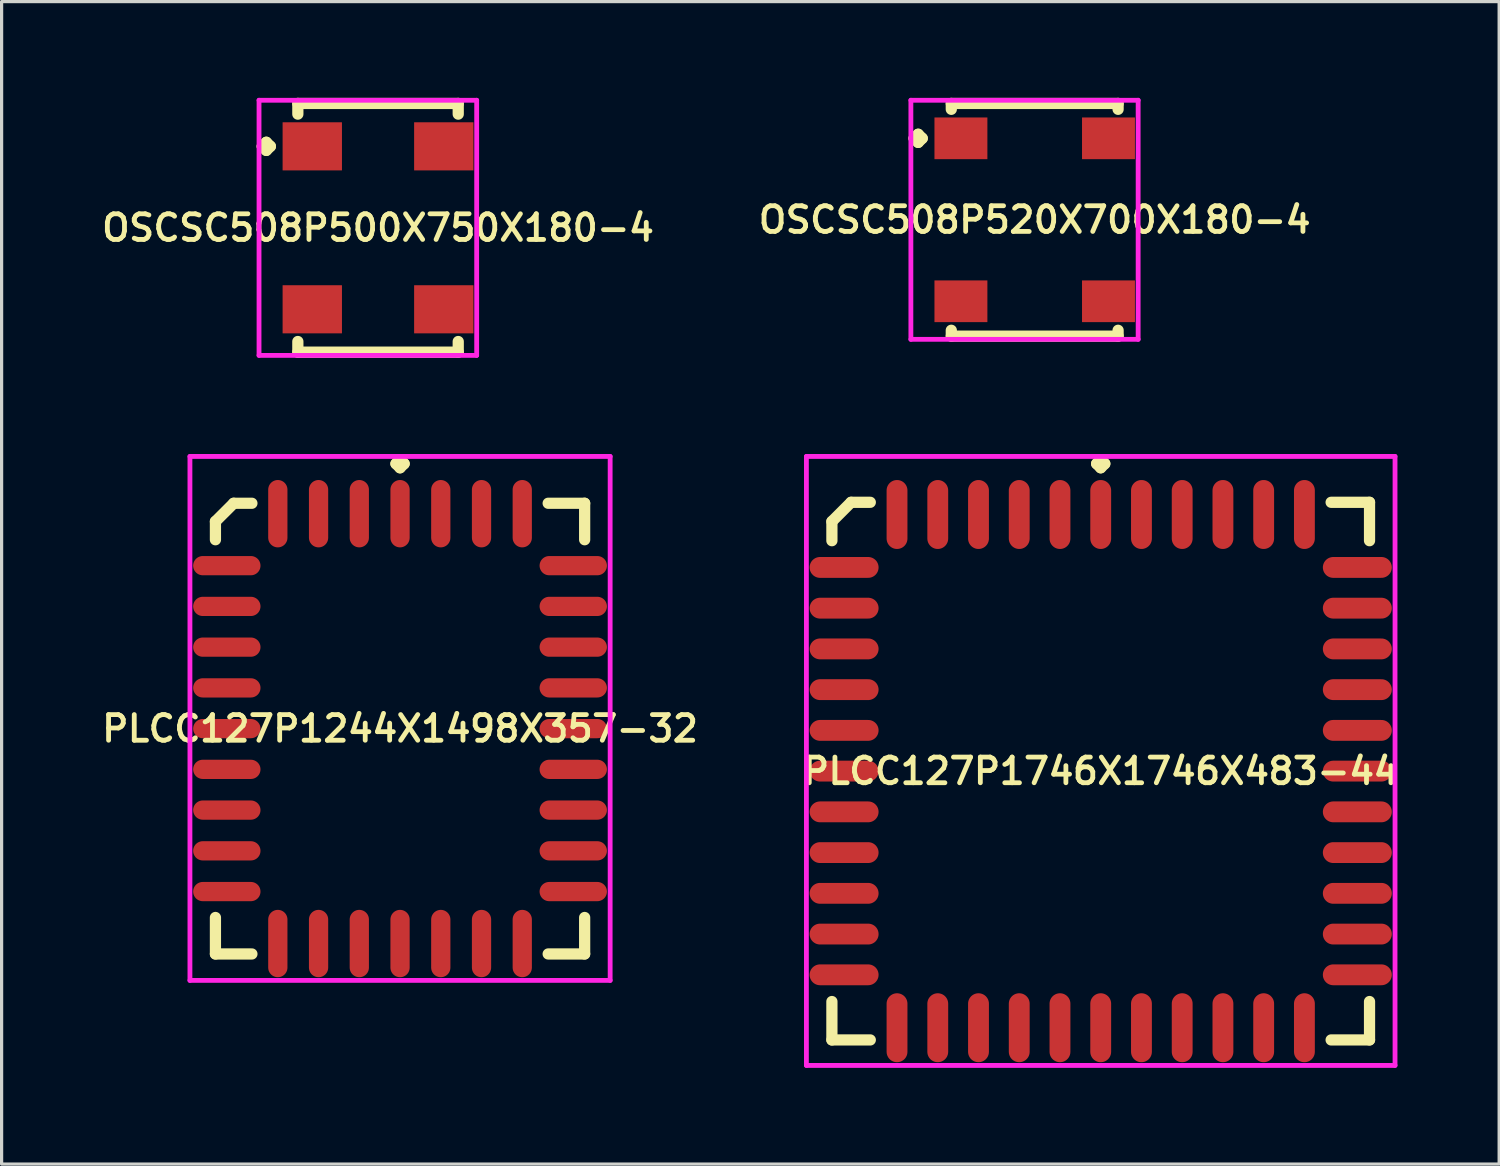
<source format=kicad_pcb>
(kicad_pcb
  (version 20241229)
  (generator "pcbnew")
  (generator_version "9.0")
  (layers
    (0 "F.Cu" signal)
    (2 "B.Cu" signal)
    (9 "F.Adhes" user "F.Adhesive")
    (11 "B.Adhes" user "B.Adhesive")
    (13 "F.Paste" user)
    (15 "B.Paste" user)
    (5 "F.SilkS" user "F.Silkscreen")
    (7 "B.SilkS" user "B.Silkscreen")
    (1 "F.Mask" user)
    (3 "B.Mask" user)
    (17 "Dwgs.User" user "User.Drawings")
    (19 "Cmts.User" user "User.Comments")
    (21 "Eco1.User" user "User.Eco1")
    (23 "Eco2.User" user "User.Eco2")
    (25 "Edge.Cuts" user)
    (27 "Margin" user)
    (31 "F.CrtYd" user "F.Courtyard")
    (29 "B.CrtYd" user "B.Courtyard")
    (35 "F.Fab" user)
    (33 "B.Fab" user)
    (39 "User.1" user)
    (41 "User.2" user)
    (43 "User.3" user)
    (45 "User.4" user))
  (footprint "PLCC127P1746X1746X483-44"
    (layer "F.Cu")
    (at 31.264 20.989)
    (property "Reference" "PLCC127P1746X1746X483-44" (at 0 0 0) (layer "F.SilkS") (effects (font (size 0.8 0.8) (thickness 0.15))))
    (attr smd)
    (fp_line (start -8.38 -7.782) (end -7.782 -8.38) (stroke (width 0.35) (type solid)) (layer "F.SilkS"))
    (fp_line (start -8.38 -7.183) (end -8.38 -7.782) (stroke (width 0.35) (type solid)) (layer "F.SilkS"))
    (fp_line (start -8.38 7.183) (end -8.38 8.38) (stroke (width 0.35) (type solid)) (layer "F.SilkS"))
    (fp_line (start -8.38 8.38) (end -7.183 8.38) (stroke (width 0.35) (type solid)) (layer "F.SilkS"))
    (fp_line (start -7.782 -8.38) (end -7.183 -8.38) (stroke (width 0.35) (type solid)) (layer "F.SilkS"))
    (fp_line (start -0.127 -9.583) (end 0 -9.71) (stroke (width 0.35) (type solid)) (layer "F.SilkS"))
    (fp_line (start 0 -9.71) (end 0.127 -9.583) (stroke (width 0.35) (type solid)) (layer "F.SilkS"))
    (fp_line (start 0 -9.456) (end -0.127 -9.583) (stroke (width 0.35) (type solid)) (layer "F.SilkS"))
    (fp_line (start 0.127 -9.583) (end 0 -9.456) (stroke (width 0.35) (type solid)) (layer "F.SilkS"))
    (fp_line (start 8.38 -8.38) (end 7.183 -8.38) (stroke (width 0.35) (type solid)) (layer "F.SilkS"))
    (fp_line (start 8.38 -7.183) (end 8.38 -8.38) (stroke (width 0.35) (type solid)) (layer "F.SilkS"))
    (fp_line (start 8.38 7.183) (end 8.38 8.38) (stroke (width 0.35) (type solid)) (layer "F.SilkS"))
    (fp_line (start 8.38 8.38) (end 7.183 8.38) (stroke (width 0.35) (type solid)) (layer "F.SilkS"))
    (fp_line (start -9.175 -9.81) (end 9.175 -9.81) (stroke (width 0.15) (type solid)) (layer "F.CrtYd"))
    (fp_line (start -9.175 9.175) (end -9.175 -9.81) (stroke (width 0.15) (type solid)) (layer "F.CrtYd"))
    (fp_line (start 9.175 -9.81) (end 9.175 9.175) (stroke (width 0.15) (type solid)) (layer "F.CrtYd"))
    (fp_line (start 9.175 9.175) (end -9.175 9.175) (stroke (width 0.15) (type solid)) (layer "F.CrtYd"))
    (pad "1" smd oval (at 0 -8) (size 0.65 2.15) (layers "F.Cu" "F.Mask" "F.Paste"))
    (pad "2" smd oval (at -1.27 -8) (size 0.65 2.15) (layers "F.Cu" "F.Mask" "F.Paste"))
    (pad "3" smd oval (at -2.54 -8) (size 0.65 2.15) (layers "F.Cu" "F.Mask" "F.Paste"))
    (pad "4" smd oval (at -3.81 -8) (size 0.65 2.15) (layers "F.Cu" "F.Mask" "F.Paste"))
    (pad "5" smd oval (at -5.08 -8) (size 0.65 2.15) (layers "F.Cu" "F.Mask" "F.Paste"))
    (pad "6" smd oval (at -6.35 -8) (size 0.65 2.15) (layers "F.Cu" "F.Mask" "F.Paste"))
    (pad "7" smd oval (at -8 -6.35) (size 2.15 0.65) (layers "F.Cu" "F.Mask" "F.Paste"))
    (pad "8" smd oval (at -8 -5.08) (size 2.15 0.65) (layers "F.Cu" "F.Mask" "F.Paste"))
    (pad "9" smd oval (at -8 -3.81) (size 2.15 0.65) (layers "F.Cu" "F.Mask" "F.Paste"))
    (pad "10" smd oval (at -8 -2.54) (size 2.15 0.65) (layers "F.Cu" "F.Mask" "F.Paste"))
    (pad "11" smd oval (at -8 -1.27) (size 2.15 0.65) (layers "F.Cu" "F.Mask" "F.Paste"))
    (pad "12" smd oval (at -8 0) (size 2.15 0.65) (layers "F.Cu" "F.Mask" "F.Paste"))
    (pad "13" smd oval (at -8 1.27) (size 2.15 0.65) (layers "F.Cu" "F.Mask" "F.Paste"))
    (pad "14" smd oval (at -8 2.54) (size 2.15 0.65) (layers "F.Cu" "F.Mask" "F.Paste"))
    (pad "15" smd oval (at -8 3.81) (size 2.15 0.65) (layers "F.Cu" "F.Mask" "F.Paste"))
    (pad "16" smd oval (at -8 5.08) (size 2.15 0.65) (layers "F.Cu" "F.Mask" "F.Paste"))
    (pad "17" smd oval (at -8 6.35) (size 2.15 0.65) (layers "F.Cu" "F.Mask" "F.Paste"))
    (pad "18" smd oval (at -6.35 8) (size 0.65 2.15) (layers "F.Cu" "F.Mask" "F.Paste"))
    (pad "19" smd oval (at -5.08 8) (size 0.65 2.15) (layers "F.Cu" "F.Mask" "F.Paste"))
    (pad "20" smd oval (at -3.81 8) (size 0.65 2.15) (layers "F.Cu" "F.Mask" "F.Paste"))
    (pad "21" smd oval (at -2.54 8) (size 0.65 2.15) (layers "F.Cu" "F.Mask" "F.Paste"))
    (pad "22" smd oval (at -1.27 8) (size 0.65 2.15) (layers "F.Cu" "F.Mask" "F.Paste"))
    (pad "23" smd oval (at 0 8) (size 0.65 2.15) (layers "F.Cu" "F.Mask" "F.Paste"))
    (pad "24" smd oval (at 1.27 8) (size 0.65 2.15) (layers "F.Cu" "F.Mask" "F.Paste"))
    (pad "25" smd oval (at 2.54 8) (size 0.65 2.15) (layers "F.Cu" "F.Mask" "F.Paste"))
    (pad "26" smd oval (at 3.81 8) (size 0.65 2.15) (layers "F.Cu" "F.Mask" "F.Paste"))
    (pad "27" smd oval (at 5.08 8) (size 0.65 2.15) (layers "F.Cu" "F.Mask" "F.Paste"))
    (pad "28" smd oval (at 6.35 8) (size 0.65 2.15) (layers "F.Cu" "F.Mask" "F.Paste"))
    (pad "29" smd oval (at 8 6.35) (size 2.15 0.65) (layers "F.Cu" "F.Mask" "F.Paste"))
    (pad "30" smd oval (at 8 5.08) (size 2.15 0.65) (layers "F.Cu" "F.Mask" "F.Paste"))
    (pad "31" smd oval (at 8 3.81) (size 2.15 0.65) (layers "F.Cu" "F.Mask" "F.Paste"))
    (pad "32" smd oval (at 8 2.54) (size 2.15 0.65) (layers "F.Cu" "F.Mask" "F.Paste"))
    (pad "33" smd oval (at 8 1.27) (size 2.15 0.65) (layers "F.Cu" "F.Mask" "F.Paste"))
    (pad "34" smd oval (at 8 0) (size 2.15 0.65) (layers "F.Cu" "F.Mask" "F.Paste"))
    (pad "35" smd oval (at 8 -1.27) (size 2.15 0.65) (layers "F.Cu" "F.Mask" "F.Paste"))
    (pad "36" smd oval (at 8 -2.54) (size 2.15 0.65) (layers "F.Cu" "F.Mask" "F.Paste"))
    (pad "37" smd oval (at 8 -3.81) (size 2.15 0.65) (layers "F.Cu" "F.Mask" "F.Paste"))
    (pad "38" smd oval (at 8 -5.08) (size 2.15 0.65) (layers "F.Cu" "F.Mask" "F.Paste"))
    (pad "39" smd oval (at 8 -6.35) (size 2.15 0.65) (layers "F.Cu" "F.Mask" "F.Paste"))
    (pad "40" smd oval (at 6.35 -8) (size 0.65 2.15) (layers "F.Cu" "F.Mask" "F.Paste"))
    (pad "41" smd oval (at 5.08 -8) (size 0.65 2.15) (layers "F.Cu" "F.Mask" "F.Paste"))
    (pad "42" smd oval (at 3.81 -8) (size 0.65 2.15) (layers "F.Cu" "F.Mask" "F.Paste"))
    (pad "43" smd oval (at 2.54 -8) (size 0.65 2.15) (layers "F.Cu" "F.Mask" "F.Paste"))
    (pad "44" smd oval (at 1.27 -8) (size 0.65 2.15) (layers "F.Cu" "F.Mask" "F.Paste")))
  (footprint "OSCSC508P520X700X180-4"
    (layer "F.Cu")
    (at 29.206 3.802)
    (property "Reference" "OSCSC508P520X700X180-4" (at 0 0 0) (layer "F.SilkS") (effects (font (size 0.8 0.8) (thickness 0.15))))
    (attr through_hole)
    (fp_line (start -3.76 -2.54) (end -3.633 -2.667) (stroke (width 0.35) (type solid)) (layer "F.SilkS"))
    (fp_line (start -3.633 -2.667) (end -3.506 -2.54) (stroke (width 0.35) (type solid)) (layer "F.SilkS"))
    (fp_line (start -3.633 -2.413) (end -3.76 -2.54) (stroke (width 0.35) (type solid)) (layer "F.SilkS"))
    (fp_line (start -3.506 -2.54) (end -3.633 -2.413) (stroke (width 0.35) (type solid)) (layer "F.SilkS"))
    (fp_line (start -2.6 -3.627) (end 2.6 -3.627) (stroke (width 0.35) (type solid)) (layer "F.SilkS"))
    (fp_line (start -2.6 -3.444) (end -2.6 -3.627) (stroke (width 0.35) (type solid)) (layer "F.SilkS"))
    (fp_line (start -2.6 3.444) (end -2.6 3.627) (stroke (width 0.35) (type solid)) (layer "F.SilkS"))
    (fp_line (start -2.6 3.627) (end 2.6 3.627) (stroke (width 0.35) (type solid)) (layer "F.SilkS"))
    (fp_line (start 2.6 -3.627) (end 2.6 -3.444) (stroke (width 0.35) (type solid)) (layer "F.SilkS"))
    (fp_line (start 2.6 3.627) (end 2.6 3.444) (stroke (width 0.35) (type solid)) (layer "F.SilkS"))
    (fp_line (start -3.86 -3.727) (end 3.225 -3.727) (stroke (width 0.15) (type solid)) (layer "F.CrtYd"))
    (fp_line (start -3.86 3.727) (end -3.86 -3.727) (stroke (width 0.15) (type solid)) (layer "F.CrtYd"))
    (fp_line (start 3.225 -3.727) (end 3.225 3.727) (stroke (width 0.15) (type solid)) (layer "F.CrtYd"))
    (fp_line (start 3.225 3.727) (end -3.86 3.727) (stroke (width 0.15) (type solid)) (layer "F.CrtYd"))
    (pad "1" smd rect (at -2.3 -2.54) (size 1.65 1.3) (layers "F.Cu" "F.Mask" "F.Paste"))
    (pad "2" smd rect (at -2.3 2.54) (size 1.65 1.3) (layers "F.Cu" "F.Mask" "F.Paste"))
    (pad "3" smd rect (at 2.3 2.54) (size 1.65 1.3) (layers "F.Cu" "F.Mask" "F.Paste"))
    (pad "4" smd rect (at 2.3 -2.54) (size 1.65 1.3) (layers "F.Cu" "F.Mask" "F.Paste")))
  (footprint "PLCC127P1244X1498X357-32"
    (layer "F.Cu")
    (at 9.421 19.664)
    (property "Reference" "PLCC127P1244X1498X357-32" (at 0 0 0) (layer "F.SilkS") (effects (font (size 0.8 0.8) (thickness 0.15))))
    (attr through_hole)
    (fp_line (start -5.755 -6.457) (end -5.186 -7.025) (stroke (width 0.35) (type solid)) (layer "F.SilkS"))
    (fp_line (start -5.755 -5.888) (end -5.755 -6.457) (stroke (width 0.35) (type solid)) (layer "F.SilkS"))
    (fp_line (start -5.755 5.888) (end -5.755 7.025) (stroke (width 0.35) (type solid)) (layer "F.SilkS"))
    (fp_line (start -5.755 7.025) (end -4.618 7.025) (stroke (width 0.35) (type solid)) (layer "F.SilkS"))
    (fp_line (start -5.186 -7.025) (end -4.618 -7.025) (stroke (width 0.35) (type solid)) (layer "F.SilkS"))
    (fp_line (start -0.127 -8.258) (end 0 -8.385) (stroke (width 0.35) (type solid)) (layer "F.SilkS"))
    (fp_line (start 0 -8.385) (end 0.127 -8.258) (stroke (width 0.35) (type solid)) (layer "F.SilkS"))
    (fp_line (start 0 -8.131) (end -0.127 -8.258) (stroke (width 0.35) (type solid)) (layer "F.SilkS"))
    (fp_line (start 0.127 -8.258) (end 0 -8.131) (stroke (width 0.35) (type solid)) (layer "F.SilkS"))
    (fp_line (start 5.755 -7.025) (end 4.618 -7.025) (stroke (width 0.35) (type solid)) (layer "F.SilkS"))
    (fp_line (start 5.755 -5.888) (end 5.755 -7.025) (stroke (width 0.35) (type solid)) (layer "F.SilkS"))
    (fp_line (start 5.755 5.888) (end 5.755 7.025) (stroke (width 0.35) (type solid)) (layer "F.SilkS"))
    (fp_line (start 5.755 7.025) (end 4.618 7.025) (stroke (width 0.35) (type solid)) (layer "F.SilkS"))
    (fp_line (start -6.55 -8.485) (end 6.55 -8.485) (stroke (width 0.15) (type solid)) (layer "F.CrtYd"))
    (fp_line (start -6.55 7.85) (end -6.55 -8.485) (stroke (width 0.15) (type solid)) (layer "F.CrtYd"))
    (fp_line (start 6.55 -8.485) (end 6.55 7.85) (stroke (width 0.15) (type solid)) (layer "F.CrtYd"))
    (fp_line (start 6.55 7.85) (end -6.55 7.85) (stroke (width 0.15) (type solid)) (layer "F.CrtYd"))
    (pad "1" smd oval (at 0 -6.7) (size 0.6 2.1) (layers "F.Cu" "F.Mask" "F.Paste"))
    (pad "2" smd oval (at -1.27 -6.7) (size 0.6 2.1) (layers "F.Cu" "F.Mask" "F.Paste"))
    (pad "3" smd oval (at -2.54 -6.7) (size 0.6 2.1) (layers "F.Cu" "F.Mask" "F.Paste"))
    (pad "4" smd oval (at -3.81 -6.7) (size 0.6 2.1) (layers "F.Cu" "F.Mask" "F.Paste"))
    (pad "5" smd oval (at -5.4 -5.08) (size 2.1 0.6) (layers "F.Cu" "F.Mask" "F.Paste"))
    (pad "6" smd oval (at -5.4 -3.81) (size 2.1 0.6) (layers "F.Cu" "F.Mask" "F.Paste"))
    (pad "7" smd oval (at -5.4 -2.54) (size 2.1 0.6) (layers "F.Cu" "F.Mask" "F.Paste"))
    (pad "8" smd oval (at -5.4 -1.27) (size 2.1 0.6) (layers "F.Cu" "F.Mask" "F.Paste"))
    (pad "9" smd oval (at -5.4 0) (size 2.1 0.6) (layers "F.Cu" "F.Mask" "F.Paste"))
    (pad "10" smd oval (at -5.4 1.27) (size 2.1 0.6) (layers "F.Cu" "F.Mask" "F.Paste"))
    (pad "11" smd oval (at -5.4 2.54) (size 2.1 0.6) (layers "F.Cu" "F.Mask" "F.Paste"))
    (pad "12" smd oval (at -5.4 3.81) (size 2.1 0.6) (layers "F.Cu" "F.Mask" "F.Paste"))
    (pad "13" smd oval (at -5.4 5.08) (size 2.1 0.6) (layers "F.Cu" "F.Mask" "F.Paste"))
    (pad "14" smd oval (at -3.81 6.7) (size 0.6 2.1) (layers "F.Cu" "F.Mask" "F.Paste"))
    (pad "15" smd oval (at -2.54 6.7) (size 0.6 2.1) (layers "F.Cu" "F.Mask" "F.Paste"))
    (pad "16" smd oval (at -1.27 6.7) (size 0.6 2.1) (layers "F.Cu" "F.Mask" "F.Paste"))
    (pad "17" smd oval (at 0 6.7) (size 0.6 2.1) (layers "F.Cu" "F.Mask" "F.Paste"))
    (pad "18" smd oval (at 1.27 6.7) (size 0.6 2.1) (layers "F.Cu" "F.Mask" "F.Paste"))
    (pad "19" smd oval (at 2.54 6.7) (size 0.6 2.1) (layers "F.Cu" "F.Mask" "F.Paste"))
    (pad "20" smd oval (at 3.81 6.7) (size 0.6 2.1) (layers "F.Cu" "F.Mask" "F.Paste"))
    (pad "21" smd oval (at 5.4 5.08) (size 2.1 0.6) (layers "F.Cu" "F.Mask" "F.Paste"))
    (pad "22" smd oval (at 5.4 3.81) (size 2.1 0.6) (layers "F.Cu" "F.Mask" "F.Paste"))
    (pad "23" smd oval (at 5.4 2.54) (size 2.1 0.6) (layers "F.Cu" "F.Mask" "F.Paste"))
    (pad "24" smd oval (at 5.4 1.27) (size 2.1 0.6) (layers "F.Cu" "F.Mask" "F.Paste"))
    (pad "25" smd oval (at 5.4 0) (size 2.1 0.6) (layers "F.Cu" "F.Mask" "F.Paste"))
    (pad "26" smd oval (at 5.4 -1.27) (size 2.1 0.6) (layers "F.Cu" "F.Mask" "F.Paste"))
    (pad "27" smd oval (at 5.4 -2.54) (size 2.1 0.6) (layers "F.Cu" "F.Mask" "F.Paste"))
    (pad "28" smd oval (at 5.4 -3.81) (size 2.1 0.6) (layers "F.Cu" "F.Mask" "F.Paste"))
    (pad "29" smd oval (at 5.4 -5.08) (size 2.1 0.6) (layers "F.Cu" "F.Mask" "F.Paste"))
    (pad "30" smd oval (at 3.81 -6.7) (size 0.6 2.1) (layers "F.Cu" "F.Mask" "F.Paste"))
    (pad "31" smd oval (at 2.54 -6.7) (size 0.6 2.1) (layers "F.Cu" "F.Mask" "F.Paste"))
    (pad "32" smd oval (at 1.27 -6.7) (size 0.6 2.1) (layers "F.Cu" "F.Mask" "F.Paste")))
  (footprint "OSCSC508P500X750X180-4"
    (layer "F.Cu")
    (at 8.735 4.052)
    (property "Reference" "OSCSC508P500X750X180-4" (at 0 0 0) (layer "F.SilkS") (effects (font (size 0.8 0.8) (thickness 0.15))))
    (attr through_hole)
    (fp_line (start -3.61 -2.54) (end -3.483 -2.667) (stroke (width 0.35) (type solid)) (layer "F.SilkS"))
    (fp_line (start -3.483 -2.667) (end -3.356 -2.54) (stroke (width 0.35) (type solid)) (layer "F.SilkS"))
    (fp_line (start -3.483 -2.413) (end -3.61 -2.54) (stroke (width 0.35) (type solid)) (layer "F.SilkS"))
    (fp_line (start -3.356 -2.54) (end -3.483 -2.413) (stroke (width 0.35) (type solid)) (layer "F.SilkS"))
    (fp_line (start -2.5 -3.877) (end 2.5 -3.877) (stroke (width 0.35) (type solid)) (layer "F.SilkS"))
    (fp_line (start -2.5 -3.544) (end -2.5 -3.877) (stroke (width 0.35) (type solid)) (layer "F.SilkS"))
    (fp_line (start -2.5 3.544) (end -2.5 3.877) (stroke (width 0.35) (type solid)) (layer "F.SilkS"))
    (fp_line (start -2.5 3.877) (end 2.5 3.877) (stroke (width 0.35) (type solid)) (layer "F.SilkS"))
    (fp_line (start 2.5 -3.877) (end 2.5 -3.544) (stroke (width 0.35) (type solid)) (layer "F.SilkS"))
    (fp_line (start 2.5 3.877) (end 2.5 3.544) (stroke (width 0.35) (type solid)) (layer "F.SilkS"))
    (fp_line (start -3.71 -3.977) (end 3.075 -3.977) (stroke (width 0.15) (type solid)) (layer "F.CrtYd"))
    (fp_line (start -3.71 3.977) (end -3.71 -3.977) (stroke (width 0.15) (type solid)) (layer "F.CrtYd"))
    (fp_line (start 3.075 -3.977) (end 3.075 3.977) (stroke (width 0.15) (type solid)) (layer "F.CrtYd"))
    (fp_line (start 3.075 3.977) (end -3.71 3.977) (stroke (width 0.15) (type solid)) (layer "F.CrtYd"))
    (pad "1" smd rect (at -2.05 -2.54) (size 1.85 1.5) (layers "F.Cu" "F.Mask" "F.Paste"))
    (pad "2" smd rect (at -2.05 2.54) (size 1.85 1.5) (layers "F.Cu" "F.Mask" "F.Paste"))
    (pad "3" smd rect (at 2.05 2.54) (size 1.85 1.5) (layers "F.Cu" "F.Mask" "F.Paste"))
    (pad "4" smd rect (at 2.05 -2.54) (size 1.85 1.5) (layers "F.Cu" "F.Mask" "F.Paste")))
  (gr_rect
    (start -3 -3)
    (end 43.685 33.239)
    (stroke (width 0.1) (type default))
    (fill no)
    (layer "Edge.Cuts")))
</source>
